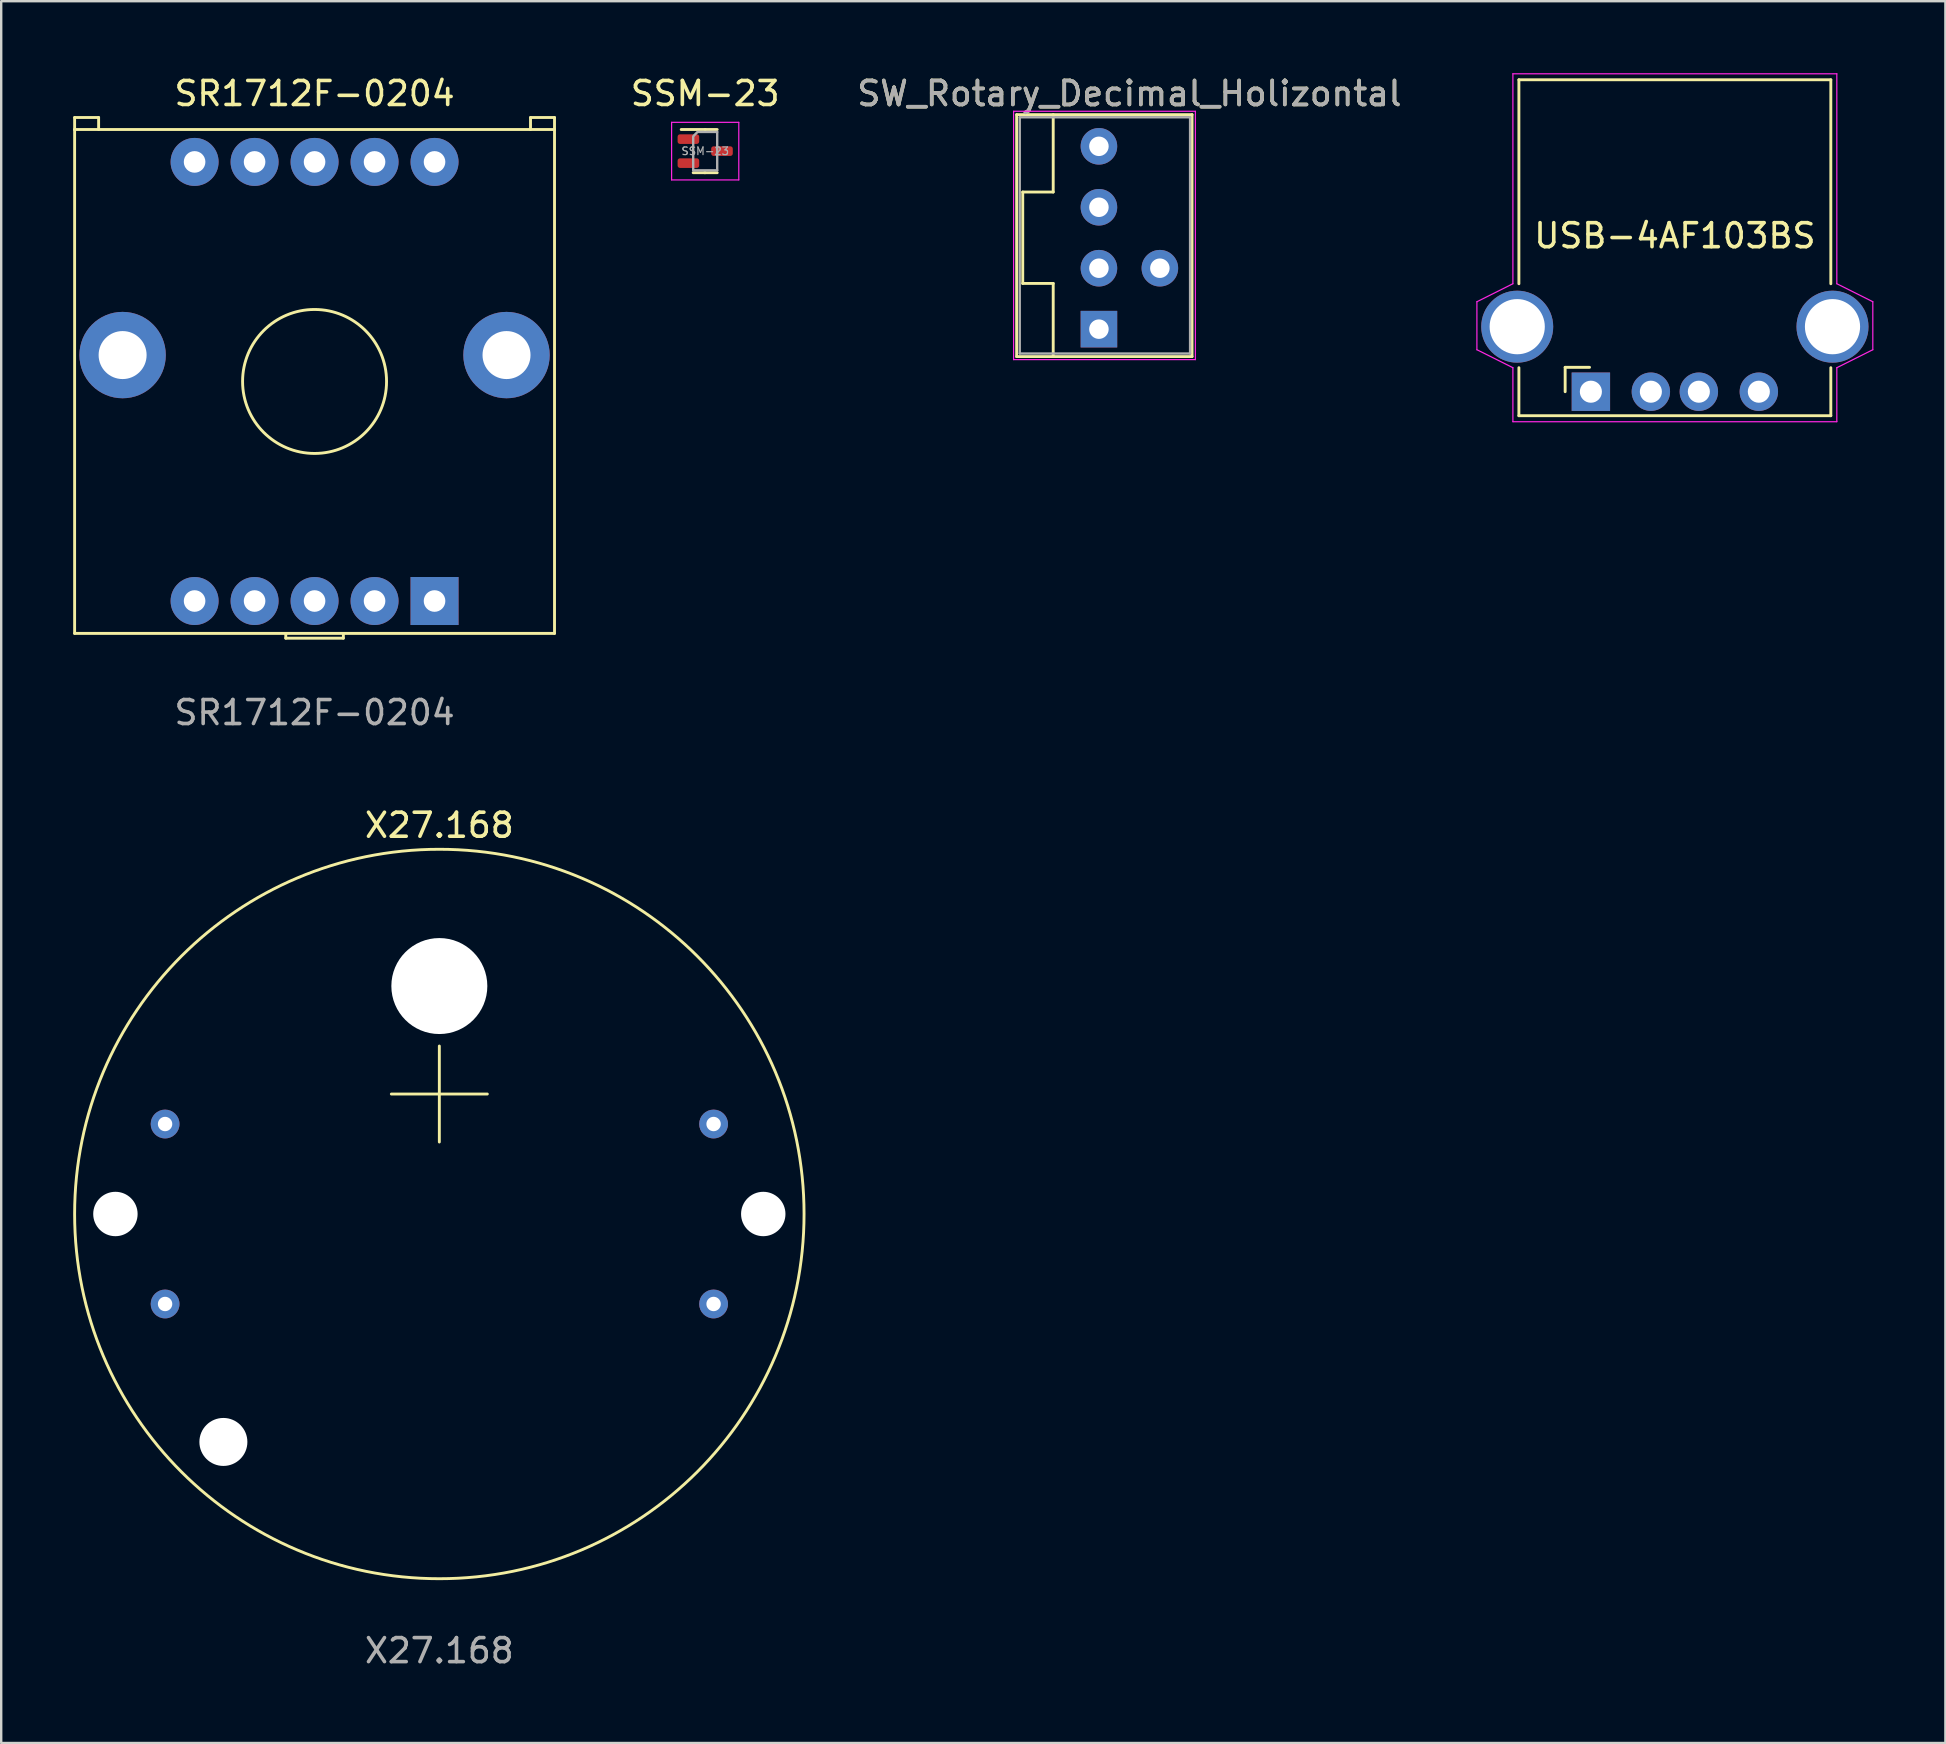
<source format=kicad_pcb>
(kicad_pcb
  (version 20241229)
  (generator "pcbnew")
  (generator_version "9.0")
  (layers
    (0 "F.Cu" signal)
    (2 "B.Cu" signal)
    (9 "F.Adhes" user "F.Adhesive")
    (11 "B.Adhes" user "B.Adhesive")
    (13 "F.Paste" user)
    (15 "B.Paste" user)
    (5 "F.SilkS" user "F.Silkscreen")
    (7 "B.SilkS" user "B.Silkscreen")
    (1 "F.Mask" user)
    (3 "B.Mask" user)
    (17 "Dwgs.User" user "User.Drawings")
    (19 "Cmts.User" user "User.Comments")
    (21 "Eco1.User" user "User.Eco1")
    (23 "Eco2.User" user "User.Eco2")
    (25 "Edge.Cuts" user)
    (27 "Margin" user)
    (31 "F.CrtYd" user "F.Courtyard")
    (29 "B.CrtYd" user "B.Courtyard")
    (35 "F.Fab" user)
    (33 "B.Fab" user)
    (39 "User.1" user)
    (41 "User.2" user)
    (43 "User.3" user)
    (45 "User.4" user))
  (footprint "SSM-23"
    (layer "F.Cu")
    (at 26.34 3.248)
    (property "Reference" "SSM-23" (at 0 -2.4 0) (layer "F.SilkS") (effects (font (size 1 1) (thickness 0.15))))
    (attr smd)
    (fp_line (start -0.025 0.9) (end 0.5 0.9) (stroke (width 0.12) (type solid)) (layer "F.SilkS"))
    (fp_line (start 0 -0.9) (end -1 -0.9) (stroke (width 0.12) (type solid)) (layer "F.SilkS"))
    (fp_line (start 0 -0.9) (end 0.5 -0.9) (stroke (width 0.12) (type solid)) (layer "F.SilkS"))
    (fp_line (start 0 0.9) (end -0.5 0.9) (stroke (width 0.12) (type solid)) (layer "F.SilkS"))
    (fp_line (start -1.4 -1.2) (end -1.4 1.2) (stroke (width 0.05) (type solid)) (layer "F.CrtYd"))
    (fp_line (start -1.4 1.2) (end 1.4 1.2) (stroke (width 0.05) (type solid)) (layer "F.CrtYd"))
    (fp_line (start 1.4 -1.2) (end -1.4 -1.2) (stroke (width 0.05) (type solid)) (layer "F.CrtYd"))
    (fp_line (start 1.4 1.2) (end 1.4 -1.2) (stroke (width 0.05) (type solid)) (layer "F.CrtYd"))
    (fp_line (start -0.5 0.8) (end -0.5 -0.6) (stroke (width 0.1) (type solid)) (layer "F.Fab"))
    (fp_line (start -0.481 -0.637) (end -0.319 -0.8) (stroke (width 0.1) (type solid)) (layer "F.Fab"))
    (fp_line (start -0.3 -0.8) (end 0.5 -0.8) (stroke (width 0.1) (type solid)) (layer "F.Fab"))
    (fp_line (start 0.5 -0.8) (end 0.5 0.8) (stroke (width 0.1) (type solid)) (layer "F.Fab"))
    (fp_line (start 0.5 0.8) (end -0.5 0.8) (stroke (width 0.1) (type solid)) (layer "F.Fab"))
    (fp_text user "${REFERENCE}" (at 0 0 0) (layer "F.Fab") (effects (font (size 0.32 0.32) (thickness 0.05))))
    (pad "1" smd roundrect (at -0.7 -0.5) (size 0.9 0.4) (layers "F.Cu" "F.Mask" "F.Paste") (roundrect_rratio 0.25))
    (pad "2" smd roundrect (at -0.7 0.5) (size 0.9 0.4) (layers "F.Cu" "F.Mask" "F.Paste") (roundrect_rratio 0.25))
    (pad "3" smd roundrect (at 0.7 0) (size 0.9 0.4) (layers "F.Cu" "F.Mask" "F.Paste") (roundrect_rratio 0.25)))
  (footprint "SR1712F-0204"
    (layer "F.Cu")
    (at 10.06 12.848)
    (property "Reference" "SR1712F-0204" (at 0 -12 0) (unlocked yes) (layer "F.SilkS") (effects (font (size 1 1) (thickness 0.15))))
    (attr board_only exclude_from_pos_files exclude_from_bom)
    (fp_line (start -10 -11) (end -9 -11) (stroke (width 0.12) (type default)) (layer "F.SilkS"))
    (fp_line (start -10 -10.5) (end -10 -11) (stroke (width 0.12) (type default)) (layer "F.SilkS"))
    (fp_line (start -10 -10.5) (end 10 -10.5) (stroke (width 0.12) (type default)) (layer "F.SilkS"))
    (fp_line (start -10 10.5) (end -10 -10.5) (stroke (width 0.12) (type default)) (layer "F.SilkS"))
    (fp_line (start -9 -11) (end -9 -10.5) (stroke (width 0.12) (type default)) (layer "F.SilkS"))
    (fp_line (start -1.2 10.7) (end -1.2 10.5) (stroke (width 0.12) (type default)) (layer "F.SilkS"))
    (fp_line (start -1.2 10.7) (end 1.2 10.7) (stroke (width 0.12) (type default)) (layer "F.SilkS"))
    (fp_line (start 1.2 10.7) (end 1.2 10.5) (stroke (width 0.12) (type default)) (layer "F.SilkS"))
    (fp_line (start 9 -11) (end 9 -10.5) (stroke (width 0.12) (type default)) (layer "F.SilkS"))
    (fp_line (start 10 -11) (end 9 -11) (stroke (width 0.12) (type default)) (layer "F.SilkS"))
    (fp_line (start 10 -10.5) (end 10 -11) (stroke (width 0.12) (type default)) (layer "F.SilkS"))
    (fp_line (start 10 -10.5) (end 10 10.5) (stroke (width 0.12) (type default)) (layer "F.SilkS"))
    (fp_line (start 10 10.5) (end -10 10.5) (stroke (width 0.12) (type default)) (layer "F.SilkS"))
    (fp_circle (center 0 0) (end 0 -3) (stroke (width 0.12) (type solid)) (fill no) (layer "F.SilkS"))
    (fp_text user "${REFERENCE}" (at 0 13.8 0) (unlocked yes) (layer "F.Fab") (effects (font (size 1 1) (thickness 0.15))))
    (pad "1" thru_hole rect (at 5 9.15) (size 2 2) (drill 0.9) (layers "*.Cu" "*.Mask"))
    (pad "2" thru_hole circle (at 2.5 9.15) (size 2 2) (drill 0.9) (layers "*.Cu" "*.Mask"))
    (pad "3" thru_hole circle (at 0 9.15) (size 2 2) (drill 0.9) (layers "*.Cu" "*.Mask"))
    (pad "4" thru_hole circle (at -2.5 9.15) (size 2 2) (drill 0.9) (layers "*.Cu" "*.Mask"))
    (pad "5" thru_hole circle (at -5 9.15) (size 2 2) (drill 0.9) (layers "*.Cu" "*.Mask"))
    (pad "6" thru_hole circle (at -5 -9.15) (size 2 2) (drill 0.9) (layers "*.Cu" "*.Mask"))
    (pad "7" thru_hole circle (at -2.5 -9.15) (size 2 2) (drill 0.9) (layers "*.Cu" "*.Mask"))
    (pad "8" thru_hole circle (at 0 -9.15) (size 2 2) (drill 0.9) (layers "*.Cu" "*.Mask"))
    (pad "9" thru_hole circle (at 2.5 -9.15) (size 2 2) (drill 0.9) (layers "*.Cu" "*.Mask"))
    (pad "10" thru_hole circle (at 5 -9.15) (size 2 2) (drill 0.9) (layers "*.Cu" "*.Mask"))
    (pad "11" thru_hole circle (at -8 -1.1) (size 3.6 3.6) (drill 2) (layers "*.Cu" "*.Mask"))
    (pad "12" thru_hole circle (at 8 -1.1) (size 3.6 3.6) (drill 2) (layers "*.Cu" "*.Mask")))
  (footprint "X27.168"
    (layer "F.Cu")
    (at 15.26 47.545)
    (property "Reference" "X27.168" (at 0 -16.2 0) (unlocked yes) (layer "F.SilkS") (effects (font (size 1 1) (thickness 0.15))))
    (attr board_only exclude_from_pos_files exclude_from_bom)
    (fp_line (start -2 -5) (end 2 -5) (stroke (width 0.12) (type solid)) (layer "F.SilkS"))
    (fp_line (start 0 -7) (end 0 -3) (stroke (width 0.12) (type default)) (layer "F.SilkS"))
    (fp_circle (center 0 0) (end 15.2 0) (stroke (width 0.12) (type solid)) (fill no) (layer "F.SilkS"))
    (fp_text user "${REFERENCE}" (at 0 18.2 0) (unlocked yes) (layer "F.Fab") (effects (font (size 1 1) (thickness 0.15))))
    (pad "" np_thru_hole circle (at -13.5 0) (size 1.85 1.85) (drill 1.85) (layers "*.Cu" "*.Mask"))
    (pad "" np_thru_hole circle (at -9 9.5) (size 2 2) (drill 2) (layers "*.Cu" "*.Mask"))
    (pad "" np_thru_hole circle (at 0 -9.5) (size 4 4) (drill 4) (layers "*.Cu" "*.Mask"))
    (pad "" np_thru_hole circle (at 13.5 0) (size 1.85 1.85) (drill 1.85) (layers "*.Cu" "*.Mask"))
    (pad "1" thru_hole circle (at -11.43 -3.75) (size 1.2 1.2) (drill 0.6) (layers "*.Cu" "*.Mask"))
    (pad "2" thru_hole circle (at -11.43 3.75) (size 1.2 1.2) (drill 0.6) (layers "*.Cu" "*.Mask"))
    (pad "3" thru_hole circle (at 11.43 -3.75) (size 1.2 1.2) (drill 0.6) (layers "*.Cu" "*.Mask"))
    (pad "4" thru_hole circle (at 11.43 3.75) (size 1.2 1.2) (drill 0.6) (layers "*.Cu" "*.Mask")))
  (footprint "SW_Rotary_Decimal_Holizontal"
    (layer "F.Cu")
    (at 42.749 3.048)
    (property "Reference" "SW_Rotary_Decimal_Holizontal" (at 1.27 -2.2 0) (layer "F.SilkS") (effects (font (size 1 1) (thickness 0.15))))
    (attr through_hole)
    (fp_line (start -3.429 -1.321) (end 3.881 -1.321) (stroke (width 0.12) (type solid)) (layer "F.SilkS"))
    (fp_line (start -3.429 8.763) (end -3.429 -1.321) (stroke (width 0.12) (type solid)) (layer "F.SilkS"))
    (fp_line (start -3.429 8.763) (end 3.881 8.763) (stroke (width 0.12) (type solid)) (layer "F.SilkS"))
    (fp_line (start -3.175 1.905) (end -3.175 5.715) (stroke (width 0.12) (type default)) (layer "F.SilkS"))
    (fp_line (start -3.175 5.715) (end -1.905 5.715) (stroke (width 0.12) (type default)) (layer "F.SilkS"))
    (fp_line (start -1.905 1.905) (end -3.175 1.905) (stroke (width 0.12) (type default)) (layer "F.SilkS"))
    (fp_line (start -1.905 1.905) (end -1.905 -1.321) (stroke (width 0.12) (type default)) (layer "F.SilkS"))
    (fp_line (start -1.905 5.715) (end -1.905 8.763) (stroke (width 0.12) (type default)) (layer "F.SilkS"))
    (fp_line (start 3.881 -1.321) (end 3.881 8.763) (stroke (width 0.12) (type solid)) (layer "F.SilkS"))
    (fp_line (start -3.556 8.89) (end -3.556 -1.46) (stroke (width 0.05) (type solid)) (layer "F.CrtYd"))
    (fp_line (start -3.556 8.89) (end 4.02 8.89) (stroke (width 0.05) (type solid)) (layer "F.CrtYd"))
    (fp_line (start 4.02 -1.46) (end -3.556 -1.46) (stroke (width 0.05) (type solid)) (layer "F.CrtYd"))
    (fp_line (start 4.02 -1.46) (end 4.02 8.89) (stroke (width 0.05) (type solid)) (layer "F.CrtYd"))
    (fp_line (start -3.3 -1.21) (end 3.8 -1.21) (stroke (width 0.1) (type solid)) (layer "F.Fab"))
    (fp_line (start -3.3 8.636) (end -3.3 -1.21) (stroke (width 0.1) (type solid)) (layer "F.Fab"))
    (fp_line (start -3.3 8.636) (end 3.8 8.636) (stroke (width 0.1) (type solid)) (layer "F.Fab"))
    (fp_line (start 3.8 8.636) (end 3.8 -1.21) (stroke (width 0.1) (type solid)) (layer "F.Fab"))
    (fp_text user "${REFERENCE}" (at 1.27 -2.2 0) (layer "F.Fab") (effects (font (size 1 1) (thickness 0.15))))
    (pad "1" thru_hole rect (at 0 7.62) (size 1.524 1.524) (drill 0.813) (layers "*.Cu" "*.Mask"))
    (pad "2" thru_hole circle (at 0 5.08) (size 1.524 1.524) (drill 0.813) (layers "*.Cu" "*.Mask"))
    (pad "4" thru_hole circle (at 0 2.54) (size 1.524 1.524) (drill 0.813) (layers "*.Cu" "*.Mask"))
    (pad "8" thru_hole circle (at 0 0) (size 1.524 1.524) (drill 0.813) (layers "*.Cu" "*.Mask"))
    (pad "C" thru_hole circle (at 2.54 5.08) (size 1.524 1.524) (drill 0.813) (layers "*.Cu" "*.Mask")))
  (footprint "USB-4AF103BS"
    (layer "F.Cu")
    (at 66.752 13.275)
    (property "Reference" "USB-4AF103BS" (at 0 -6.5 0) (layer "F.SilkS") (effects (font (size 1 1) (thickness 0.15))))
    (attr through_hole)
    (fp_line (start -6.5 -13) (end 6.5 -13) (stroke (width 0.12) (type solid)) (layer "F.SilkS"))
    (fp_line (start -6.5 -4.5) (end -6.5 -13) (stroke (width 0.12) (type solid)) (layer "F.SilkS"))
    (fp_line (start -6.5 -1) (end -6.5 1) (stroke (width 0.12) (type solid)) (layer "F.SilkS"))
    (fp_line (start -6.5 1) (end 6.5 1) (stroke (width 0.12) (type solid)) (layer "F.SilkS"))
    (fp_line (start -4.572 -1.016) (end -3.556 -1.016) (stroke (width 0.12) (type solid)) (layer "F.SilkS"))
    (fp_line (start -4.572 0) (end -4.572 -1.016) (stroke (width 0.12) (type solid)) (layer "F.SilkS"))
    (fp_line (start 6.5 -4.5) (end 6.5 -13) (stroke (width 0.12) (type solid)) (layer "F.SilkS"))
    (fp_line (start 6.5 -1) (end 6.5 1) (stroke (width 0.12) (type solid)) (layer "F.SilkS"))
    (fp_line (start -8.25 -3.75) (end -6.75 -4.5) (stroke (width 0.05) (type solid)) (layer "F.CrtYd"))
    (fp_line (start -8.25 -1.75) (end -8.25 -3.75) (stroke (width 0.05) (type solid)) (layer "F.CrtYd"))
    (fp_line (start -6.75 -13.25) (end 6.75 -13.25) (stroke (width 0.05) (type solid)) (layer "F.CrtYd"))
    (fp_line (start -6.75 -4.5) (end -6.75 -13.25) (stroke (width 0.05) (type solid)) (layer "F.CrtYd"))
    (fp_line (start -6.75 -1) (end -8.25 -1.75) (stroke (width 0.05) (type solid)) (layer "F.CrtYd"))
    (fp_line (start -6.75 1.25) (end -6.75 -1) (stroke (width 0.05) (type solid)) (layer "F.CrtYd"))
    (fp_line (start 6.75 -13.25) (end 6.75 -4.5) (stroke (width 0.05) (type solid)) (layer "F.CrtYd"))
    (fp_line (start 6.75 -4.5) (end 8.25 -3.75) (stroke (width 0.05) (type solid)) (layer "F.CrtYd"))
    (fp_line (start 6.75 -1) (end 6.75 1.25) (stroke (width 0.05) (type solid)) (layer "F.CrtYd"))
    (fp_line (start 6.75 1.25) (end -6.75 1.25) (stroke (width 0.05) (type solid)) (layer "F.CrtYd"))
    (fp_line (start 8.25 -3.75) (end 8.25 -1.75) (stroke (width 0.05) (type solid)) (layer "F.CrtYd"))
    (fp_line (start 8.25 -1.75) (end 6.75 -1) (stroke (width 0.05) (type solid)) (layer "F.CrtYd"))
    (pad "1" thru_hole rect (at -3.5 0) (size 1.6 1.6) (drill 0.92) (layers "*.Cu" "*.Mask"))
    (pad "2" thru_hole circle (at -1 0) (size 1.6 1.6) (drill 0.92) (layers "*.Cu" "*.Mask"))
    (pad "3" thru_hole circle (at 1 0) (size 1.6 1.6) (drill 0.92) (layers "*.Cu" "*.Mask"))
    (pad "4" thru_hole circle (at 3.5 0) (size 1.6 1.6) (drill 0.92) (layers "*.Cu" "*.Mask"))
    (pad "5" thru_hole circle (at -6.57 -2.71) (size 3 3) (drill 2.3) (layers "*.Cu" "*.Mask"))
    (pad "5" thru_hole circle (at 6.57 -2.71) (size 3 3) (drill 2.3) (layers "*.Cu" "*.Mask")))
  (gr_rect
    (start -3 -3)
    (end 78.027 69.593)
    (stroke (width 0.1) (type default))
    (fill no)
    (layer "Edge.Cuts")))
</source>
